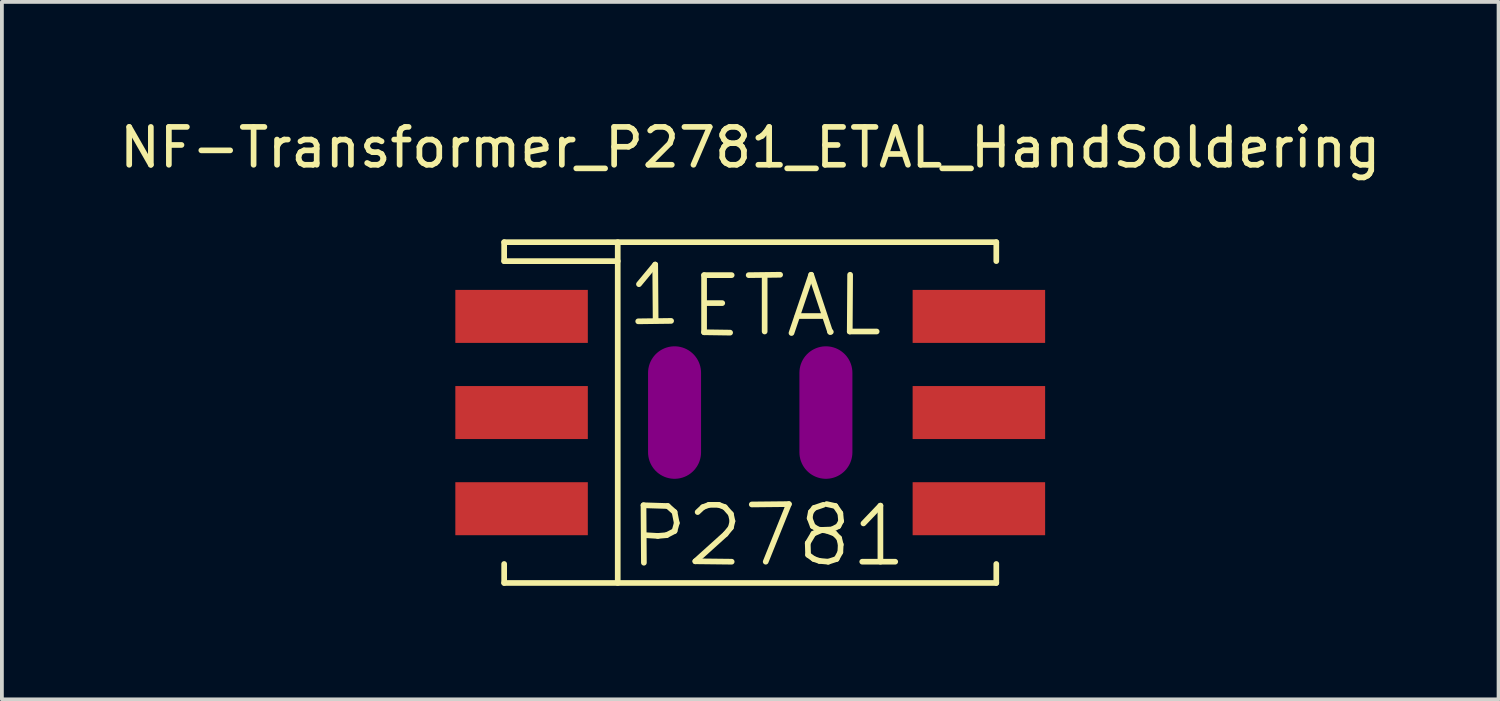
<source format=kicad_pcb>
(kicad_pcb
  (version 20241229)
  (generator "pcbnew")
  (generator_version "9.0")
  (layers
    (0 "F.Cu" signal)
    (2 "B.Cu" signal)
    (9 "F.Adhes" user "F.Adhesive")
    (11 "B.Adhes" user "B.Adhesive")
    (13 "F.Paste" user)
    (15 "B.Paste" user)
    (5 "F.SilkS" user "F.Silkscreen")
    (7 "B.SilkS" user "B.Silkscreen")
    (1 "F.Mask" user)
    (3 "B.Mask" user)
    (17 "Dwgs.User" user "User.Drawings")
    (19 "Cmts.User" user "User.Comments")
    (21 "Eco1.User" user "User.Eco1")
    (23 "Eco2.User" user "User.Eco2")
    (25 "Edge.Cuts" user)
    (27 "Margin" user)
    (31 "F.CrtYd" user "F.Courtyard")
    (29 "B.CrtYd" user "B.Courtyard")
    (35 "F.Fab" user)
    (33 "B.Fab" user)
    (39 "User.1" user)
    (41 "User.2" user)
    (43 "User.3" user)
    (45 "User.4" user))
  (footprint "NF-Transformer_P2781_ETAL_HandSoldering"
    (layer "F.Cu")
    (at 16.768 7.848)
    (property "Reference" "NF-Transformer_P2781_ETAL_HandSoldering" (at 0 -7 0) (layer "F.SilkS") (effects (font (size 1 1) (thickness 0.15))))
    (attr smd)
    (fp_line (start -6.5 -4.501) (end -6.5 -4) (stroke (width 0.15) (type solid)) (layer "F.SilkS"))
    (fp_line (start -6.5 -4.501) (end 6.5 -4.501) (stroke (width 0.15) (type solid)) (layer "F.SilkS"))
    (fp_line (start -6.5 -4) (end -3.5 -4) (stroke (width 0.15) (type solid)) (layer "F.SilkS"))
    (fp_line (start -6.5 4.501) (end -6.5 4) (stroke (width 0.15) (type solid)) (layer "F.SilkS"))
    (fp_line (start -3.5 -4.501) (end -3.5 4.501) (stroke (width 0.15) (type solid)) (layer "F.SilkS"))
    (fp_line (start -2.959 -2.41) (end -2.09 -2.421) (stroke (width 0.15) (type solid)) (layer "F.SilkS"))
    (fp_line (start -2.939 -3.391) (end -2.51 -3.909) (stroke (width 0.15) (type solid)) (layer "F.SilkS"))
    (fp_line (start -2.819 2.449) (end -2.179 2.469) (stroke (width 0.15) (type solid)) (layer "F.SilkS"))
    (fp_line (start -2.809 3.967) (end -2.819 2.449) (stroke (width 0.15) (type solid)) (layer "F.SilkS"))
    (fp_line (start -2.51 -3.909) (end -2.499 -2.431) (stroke (width 0.15) (type solid)) (layer "F.SilkS"))
    (fp_line (start -2.441 3.259) (end -2.771 3.239) (stroke (width 0.15) (type solid)) (layer "F.SilkS"))
    (fp_line (start -2.21 3.239) (end -2.441 3.259) (stroke (width 0.15) (type solid)) (layer "F.SilkS"))
    (fp_line (start -2.179 2.469) (end -1.999 2.629) (stroke (width 0.15) (type solid)) (layer "F.SilkS"))
    (fp_line (start -1.999 2.629) (end -1.941 2.918) (stroke (width 0.15) (type solid)) (layer "F.SilkS"))
    (fp_line (start -1.999 3.129) (end -2.21 3.239) (stroke (width 0.15) (type solid)) (layer "F.SilkS"))
    (fp_line (start -1.941 2.918) (end -1.999 3.129) (stroke (width 0.15) (type solid)) (layer "F.SilkS"))
    (fp_line (start -1.45 3.929) (end -0.49 3.94) (stroke (width 0.15) (type solid)) (layer "F.SilkS"))
    (fp_line (start -1.389 2.629) (end -1.25 2.499) (stroke (width 0.15) (type solid)) (layer "F.SilkS"))
    (fp_line (start -1.25 2.499) (end -1.09 2.438) (stroke (width 0.15) (type solid)) (layer "F.SilkS"))
    (fp_line (start -1.219 -3.63) (end -1.219 -2.121) (stroke (width 0.15) (type solid)) (layer "F.SilkS"))
    (fp_line (start -1.219 -2.121) (end -0.531 -2.111) (stroke (width 0.15) (type solid)) (layer "F.SilkS"))
    (fp_line (start -1.191 -2.891) (end -0.739 -2.891) (stroke (width 0.15) (type solid)) (layer "F.SilkS"))
    (fp_line (start -1.09 2.438) (end -0.831 2.438) (stroke (width 0.15) (type solid)) (layer "F.SilkS"))
    (fp_line (start -0.831 2.438) (end -0.671 2.499) (stroke (width 0.15) (type solid)) (layer "F.SilkS"))
    (fp_line (start -0.671 2.499) (end -0.511 2.68) (stroke (width 0.15) (type solid)) (layer "F.SilkS"))
    (fp_line (start -0.65 3.208) (end -1.45 3.929) (stroke (width 0.15) (type solid)) (layer "F.SilkS"))
    (fp_line (start -0.511 2.68) (end -0.47 2.868) (stroke (width 0.15) (type solid)) (layer "F.SilkS"))
    (fp_line (start -0.511 3.038) (end -0.65 3.208) (stroke (width 0.15) (type solid)) (layer "F.SilkS"))
    (fp_line (start -0.49 -3.63) (end -1.219 -3.63) (stroke (width 0.15) (type solid)) (layer "F.SilkS"))
    (fp_line (start -0.47 2.868) (end -0.511 3.038) (stroke (width 0.15) (type solid)) (layer "F.SilkS"))
    (fp_line (start -0.041 -3.63) (end 0.79 -3.64) (stroke (width 0.15) (type solid)) (layer "F.SilkS"))
    (fp_line (start 0.041 2.428) (end 1.021 2.418) (stroke (width 0.15) (type solid)) (layer "F.SilkS"))
    (fp_line (start 0.381 -3.609) (end 0.381 -2.141) (stroke (width 0.15) (type solid)) (layer "F.SilkS"))
    (fp_line (start 1.021 2.418) (end 0.409 3.94) (stroke (width 0.15) (type solid)) (layer "F.SilkS"))
    (fp_line (start 1.09 -2.101) (end 1.61 -3.64) (stroke (width 0.15) (type solid)) (layer "F.SilkS"))
    (fp_line (start 1.25 -2.55) (end 1.9 -2.55) (stroke (width 0.15) (type solid)) (layer "F.SilkS"))
    (fp_line (start 1.519 3.449) (end 1.529 3.759) (stroke (width 0.15) (type solid)) (layer "F.SilkS"))
    (fp_line (start 1.529 3.759) (end 1.679 3.868) (stroke (width 0.15) (type solid)) (layer "F.SilkS"))
    (fp_line (start 1.57 2.789) (end 1.6 2.629) (stroke (width 0.15) (type solid)) (layer "F.SilkS"))
    (fp_line (start 1.6 2.629) (end 1.689 2.52) (stroke (width 0.15) (type solid)) (layer "F.SilkS"))
    (fp_line (start 1.61 -3.64) (end 2.111 -2.131) (stroke (width 0.15) (type solid)) (layer "F.SilkS"))
    (fp_line (start 1.651 3) (end 1.57 2.789) (stroke (width 0.15) (type solid)) (layer "F.SilkS"))
    (fp_line (start 1.669 3.198) (end 1.519 3.449) (stroke (width 0.15) (type solid)) (layer "F.SilkS"))
    (fp_line (start 1.679 3.868) (end 1.829 3.919) (stroke (width 0.15) (type solid)) (layer "F.SilkS"))
    (fp_line (start 1.689 2.52) (end 1.93 2.438) (stroke (width 0.15) (type solid)) (layer "F.SilkS"))
    (fp_line (start 1.791 3.089) (end 1.651 3) (stroke (width 0.15) (type solid)) (layer "F.SilkS"))
    (fp_line (start 1.829 3.919) (end 2.06 3.94) (stroke (width 0.15) (type solid)) (layer "F.SilkS"))
    (fp_line (start 1.9 3.099) (end 1.669 3.198) (stroke (width 0.15) (type solid)) (layer "F.SilkS"))
    (fp_line (start 2.019 2.418) (end 2.25 2.469) (stroke (width 0.15) (type solid)) (layer "F.SilkS"))
    (fp_line (start 2.019 3.119) (end 1.791 3.089) (stroke (width 0.15) (type solid)) (layer "F.SilkS"))
    (fp_line (start 2.06 3.94) (end 2.281 3.868) (stroke (width 0.15) (type solid)) (layer "F.SilkS"))
    (fp_line (start 2.111 -2.131) (end 2.129 -2.131) (stroke (width 0.15) (type solid)) (layer "F.SilkS"))
    (fp_line (start 2.159 3.089) (end 1.9 3.099) (stroke (width 0.15) (type solid)) (layer "F.SilkS"))
    (fp_line (start 2.23 3.198) (end 2.019 3.119) (stroke (width 0.15) (type solid)) (layer "F.SilkS"))
    (fp_line (start 2.25 2.469) (end 2.38 2.659) (stroke (width 0.15) (type solid)) (layer "F.SilkS"))
    (fp_line (start 2.281 3.868) (end 2.38 3.688) (stroke (width 0.15) (type solid)) (layer "F.SilkS"))
    (fp_line (start 2.329 3) (end 2.159 3.089) (stroke (width 0.15) (type solid)) (layer "F.SilkS"))
    (fp_line (start 2.349 3.32) (end 2.23 3.198) (stroke (width 0.15) (type solid)) (layer "F.SilkS"))
    (fp_line (start 2.38 2.659) (end 2.4 2.868) (stroke (width 0.15) (type solid)) (layer "F.SilkS"))
    (fp_line (start 2.38 3.688) (end 2.39 3.487) (stroke (width 0.15) (type solid)) (layer "F.SilkS"))
    (fp_line (start 2.39 3.487) (end 2.349 3.32) (stroke (width 0.15) (type solid)) (layer "F.SilkS"))
    (fp_line (start 2.4 2.868) (end 2.329 3) (stroke (width 0.15) (type solid)) (layer "F.SilkS"))
    (fp_line (start 2.629 -2.141) (end 3.34 -2.141) (stroke (width 0.15) (type solid)) (layer "F.SilkS"))
    (fp_line (start 2.639 -3.64) (end 2.629 -2.141) (stroke (width 0.15) (type solid)) (layer "F.SilkS"))
    (fp_line (start 2.959 3.94) (end 3.83 3.94) (stroke (width 0.15) (type solid)) (layer "F.SilkS"))
    (fp_line (start 2.99 2.929) (end 3.439 2.459) (stroke (width 0.15) (type solid)) (layer "F.SilkS"))
    (fp_line (start 3.439 2.459) (end 3.439 3.94) (stroke (width 0.15) (type solid)) (layer "F.SilkS"))
    (fp_line (start 6.5 -4.501) (end 6.5 -4) (stroke (width 0.15) (type solid)) (layer "F.SilkS"))
    (fp_line (start 6.5 4.501) (end -6.5 4.501) (stroke (width 0.15) (type solid)) (layer "F.SilkS"))
    (fp_line (start 6.5 4.501) (end 6.5 4) (stroke (width 0.15) (type solid)) (layer "F.SilkS"))
    (pad "" smd oval (at -1.999 0 90) (size 3.5 1.4) (layers "F.Adhes"))
    (pad "" smd oval (at 1.999 0 90) (size 3.5 1.4) (layers "F.Adhes"))
    (pad "1" smd rect (at -6.04 -2.54) (size 3.5 1.4) (layers "F.Cu" "F.Mask" "F.Paste"))
    (pad "2" smd rect (at -6.04 0) (size 3.5 1.4) (layers "F.Cu" "F.Mask" "F.Paste"))
    (pad "3" smd rect (at -6.04 2.54) (size 3.5 1.4) (layers "F.Cu" "F.Mask" "F.Paste"))
    (pad "4" smd rect (at 6.04 2.54) (size 3.5 1.4) (layers "F.Cu" "F.Mask" "F.Paste"))
    (pad "5" smd rect (at 6.04 0) (size 3.5 1.4) (layers "F.Cu" "F.Mask" "F.Paste"))
    (pad "6" smd rect (at 6.04 -2.54) (size 3.5 1.4) (layers "F.Cu" "F.Mask" "F.Paste")))
  (gr_rect
    (start -3 -3)
    (end 36.536 15.424)
    (stroke (width 0.1) (type default))
    (fill no)
    (layer "Edge.Cuts")))
</source>
